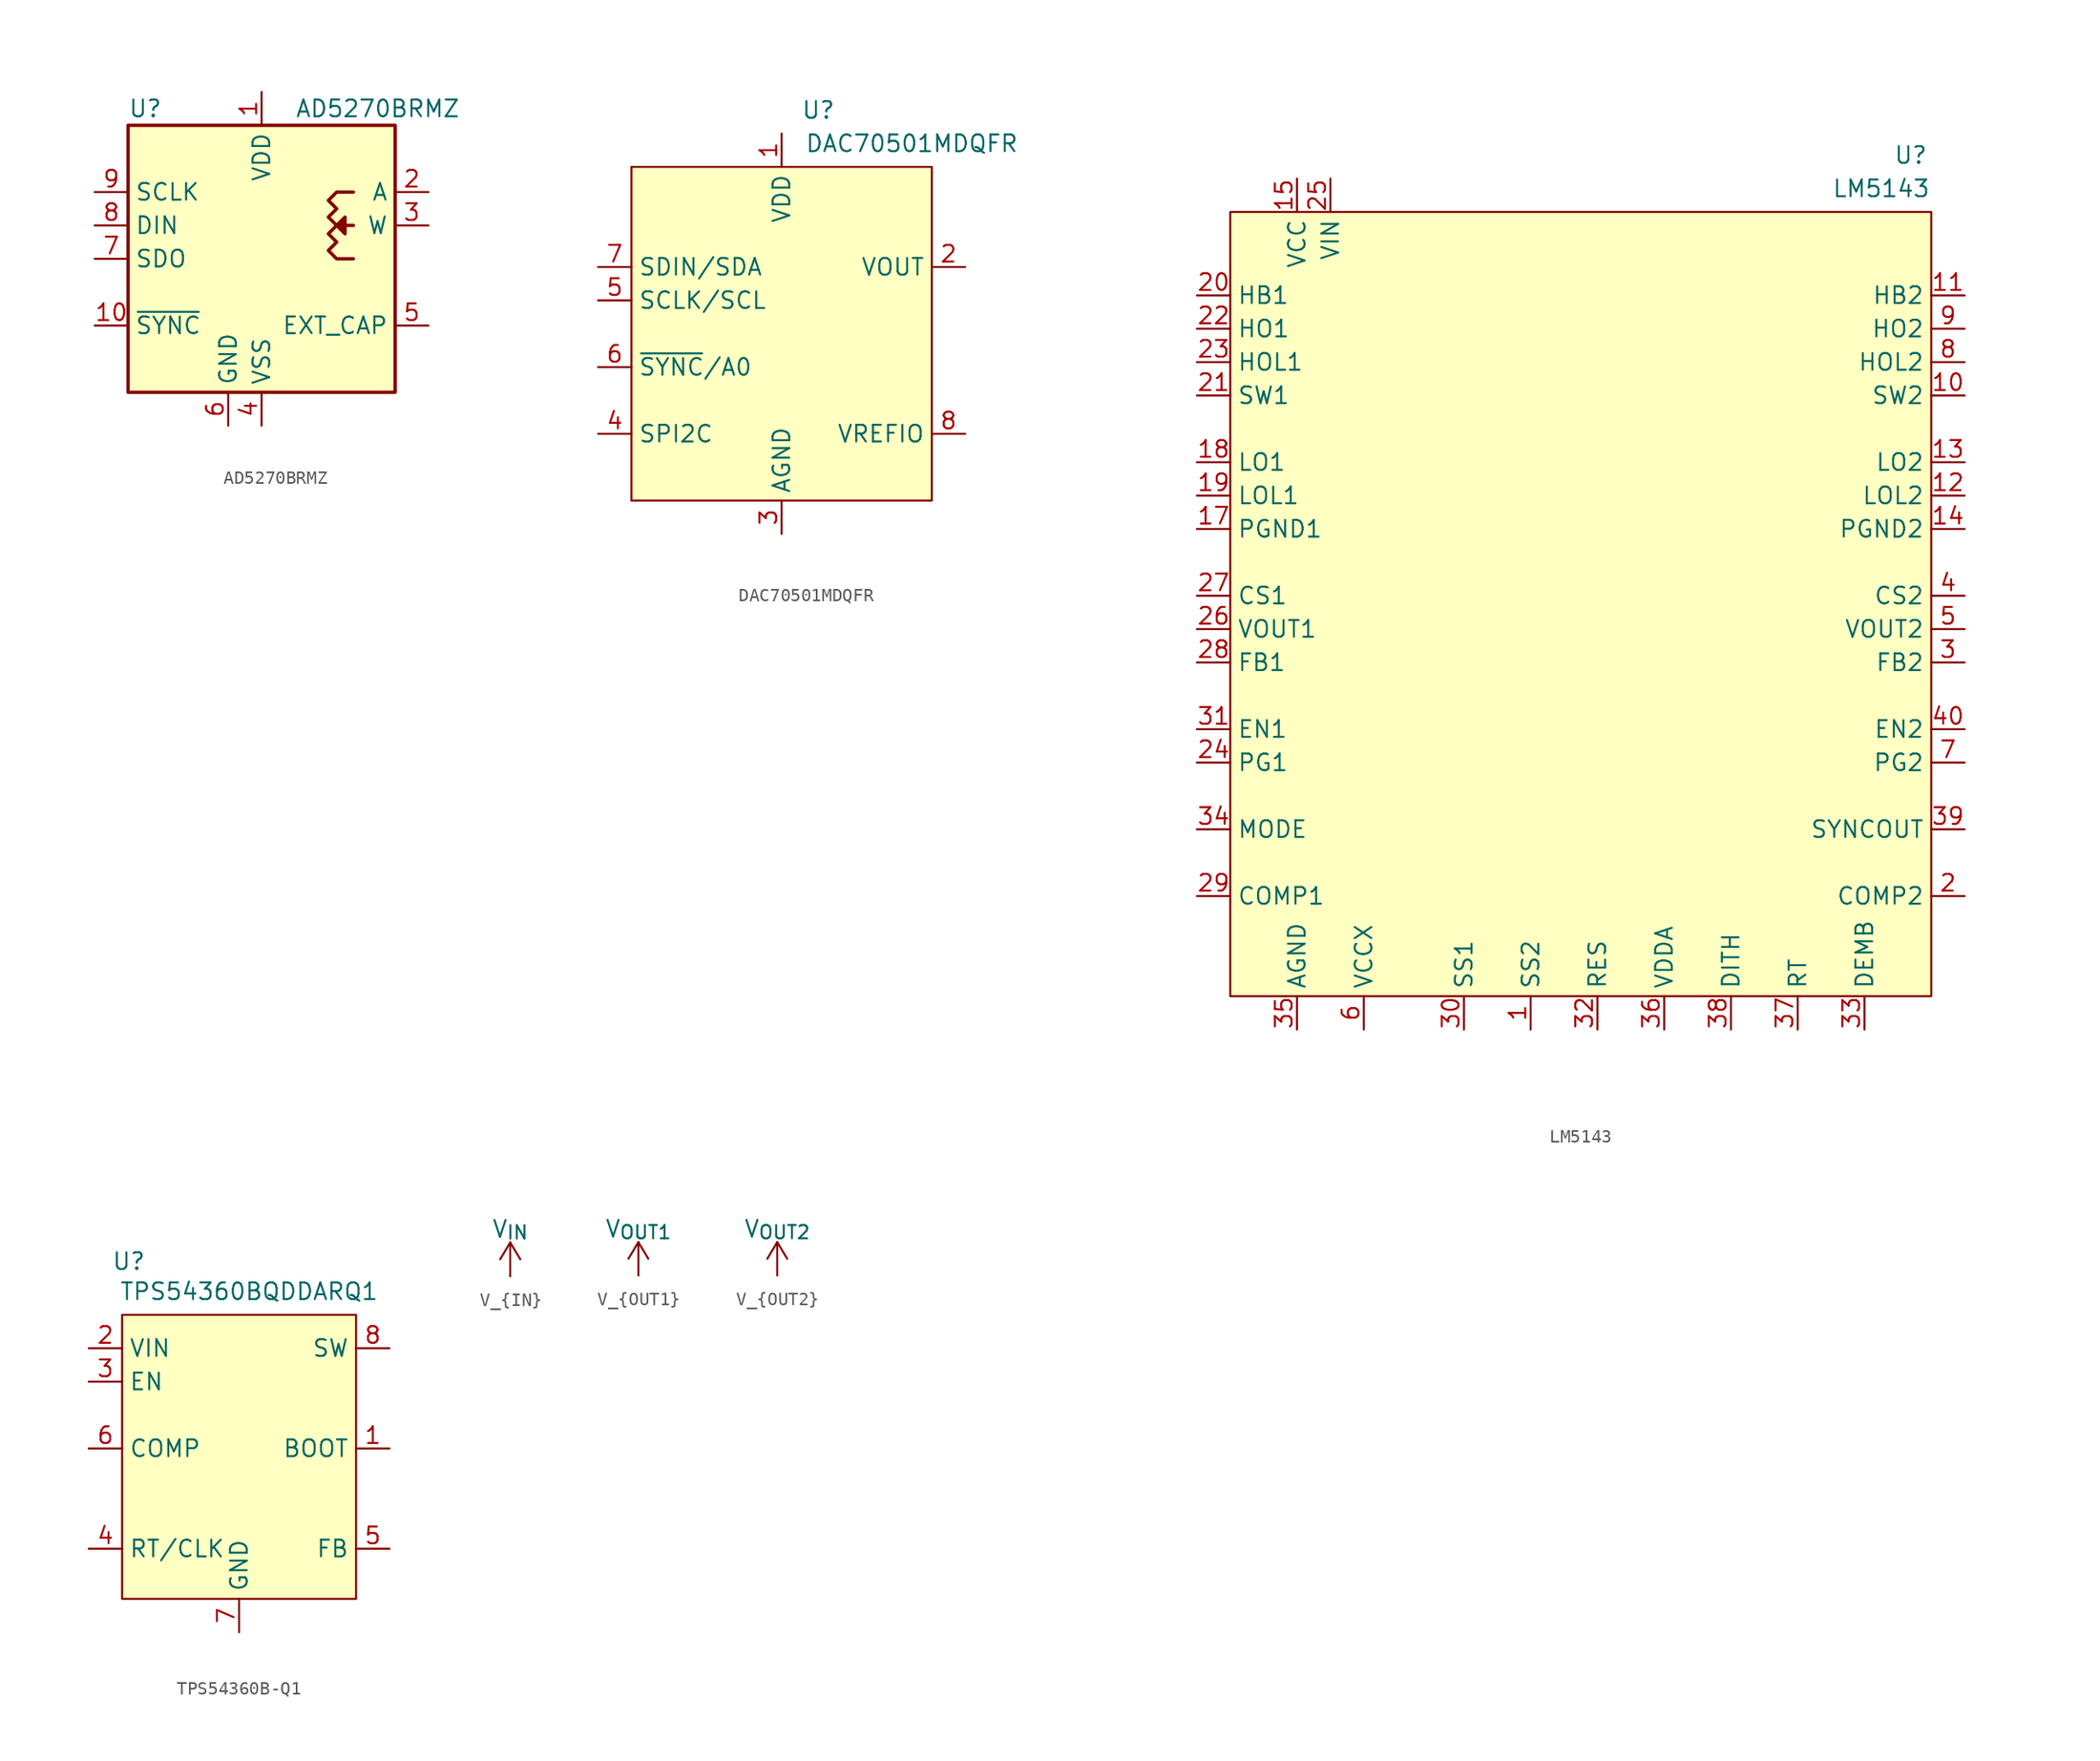
<source format=kicad_sym>
(kicad_symbol_lib
  (version 20241209)
  (generator "kicad_symbol_editor")
  (generator_version "9.0")
  (symbol "AD5270BRMZ"
    (property "Reference" "U"
      (at -10.16 11.43 0)
      (effects (font (size 1.27 1.27)) (justify left)))
    (property "Value" "AD5270BRMZ"
      (at 2.54 11.43 0)
      (effects (font (size 1.27 1.27)) (justify left)))
    (symbol "AD5270BRMZ_0_1"
      (rectangle (start -10.16 10.16) (end 10.16 -10.16) (stroke (width 0.254) (type default)) (fill (type background)))
      (polyline (pts (xy 6.985 5.08) (xy 5.715 5.08) (xy 5.08 4.445) (xy 5.715 3.81) (xy 5.08 3.175) (xy 5.715 2.54) (xy 5.08 1.905) (xy 5.715 1.27) (xy 5.08 0.635) (xy 5.715 0) (xy 6.985 0)) (stroke (width 0.254) (type default)) (fill (type none)))
      (polyline (pts (xy 6.985 2.54) (xy 6.35 2.54) (xy 5.715 2.54) (xy 6.35 3.175) (xy 6.35 1.905) (xy 5.715 2.54)) (stroke (width 0.254) (type default)) (fill (type outline))))
    (symbol "AD5270BRMZ_1_1"
      (pin input line (at -12.7 5.08 0) (length 2.54) (name "SCLK" (effects (font (size 1.27 1.27)))) (number "9" (effects (font (size 1.27 1.27)))))
      (pin input line (at -12.7 2.54 0) (length 2.54) (name "DIN" (effects (font (size 1.27 1.27)))) (number "8" (effects (font (size 1.27 1.27)))))
      (pin output line (at -12.7 0 0) (length 2.54) (name "SDO" (effects (font (size 1.27 1.27)))) (number "7" (effects (font (size 1.27 1.27)))))
      (pin passive line (at -12.7 -5.08 0) (length 2.54) (name "~{SYNC}" (effects (font (size 1.27 1.27)))) (number "10" (effects (font (size 1.27 1.27)))))
      (pin power_in line (at -2.54 -12.7 90) (length 2.54) (name "GND" (effects (font (size 1.27 1.27)))) (number "6" (effects (font (size 1.27 1.27)))))
      (pin power_in line (at 0 12.7 270) (length 2.54) (name "VDD" (effects (font (size 1.27 1.27)))) (number "1" (effects (font (size 1.27 1.27)))))
      (pin passive line (at 0 -12.7 90) (length 2.54) (hide yes) (name "VSS" (effects (font (size 1.27 1.27)))) (number "11" (effects (font (size 1.27 1.27)))))
      (pin power_in line (at 0 -12.7 90) (length 2.54) (name "VSS" (effects (font (size 1.27 1.27)))) (number "4" (effects (font (size 1.27 1.27)))))
      (pin passive line (at 12.7 5.08 180) (length 2.54) (name "A" (effects (font (size 1.27 1.27)))) (number "2" (effects (font (size 1.27 1.27)))))
      (pin passive line (at 12.7 2.54 180) (length 2.54) (name "W" (effects (font (size 1.27 1.27)))) (number "3" (effects (font (size 1.27 1.27)))))
      (pin passive line (at 12.7 -5.08 180) (length 2.54) (name "EXT_CAP" (effects (font (size 1.27 1.27)))) (number "5" (effects (font (size 1.27 1.27)))))))
  (symbol "DAC70501MDQFR"
    (property "Reference" "U"
      (at 2.794 17.018 0)
      (effects (font (size 1.27 1.27))))
    (property "Value" "DAC70501MDQFR"
      (at 9.906 14.478 0)
      (effects (font (size 1.27 1.27))))
    (symbol "DAC70501MDQFR_0_0"
      (pin bidirectional line (at -13.97 5.08 0) (length 2.54) (name "SDIN/SDA" (effects (font (size 1.27 1.27)))) (number "7" (effects (font (size 1.27 1.27)))))
      (pin input line (at -13.97 2.54 0) (length 2.54) (name "SCLK/SCL" (effects (font (size 1.27 1.27)))) (number "5" (effects (font (size 1.27 1.27)))))
      (pin input line (at -13.97 -2.54 0) (length 2.54) (name "~{SYNC}/A0" (effects (font (size 1.27 1.27)))) (number "6" (effects (font (size 1.27 1.27)))))
      (pin input line (at -13.97 -7.62 0) (length 2.54) (name "SPI2C" (effects (font (size 1.27 1.27)))) (number "4" (effects (font (size 1.27 1.27)))))
      (pin power_in line (at 0 15.24 270) (length 2.54) (name "VDD" (effects (font (size 1.27 1.27)))) (number "1" (effects (font (size 1.27 1.27)))))
      (pin passive line (at 0 -15.24 90) (length 2.54) (name "AGND" (effects (font (size 1.27 1.27)))) (number "3" (effects (font (size 1.27 1.27)))))
      (pin output line (at 13.97 5.08 180) (length 2.54) (name "VOUT" (effects (font (size 1.27 1.27)))) (number "2" (effects (font (size 1.27 1.27)))))
      (pin bidirectional line (at 13.97 -7.62 180) (length 2.54) (name "VREFIO" (effects (font (size 1.27 1.27)))) (number "8" (effects (font (size 1.27 1.27))))))
    (symbol "DAC70501MDQFR_0_1"
      (rectangle (start -11.43 12.7) (end 11.43 -12.7) (stroke (width 0) (type default)) (fill (type background)))))
  (symbol "LM5143"
    (property "Reference" "U"
      (at 40.386 25.908 0)
      (effects (font (size 1.27 1.27)) (justify right)))
    (property "Value" "LM5143"
      (at 36.83 23.368 0)
      (effects (font (size 1.27 1.27))))
    (symbol "LM5143_1_0"
      (pin power_out line (at -15.24 15.24 0) (length 2.54) (name "HB1" (effects (font (size 1.27 1.27)))) (number "20" (effects (font (size 1.27 1.27)))))
      (pin output line (at -15.24 12.7 0) (length 2.54) (name "HO1" (effects (font (size 1.27 1.27)))) (number "22" (effects (font (size 1.27 1.27)))))
      (pin output line (at -15.24 10.16 0) (length 2.54) (name "HOL1" (effects (font (size 1.27 1.27)))) (number "23" (effects (font (size 1.27 1.27)))))
      (pin power_out line (at -15.24 7.62 0) (length 2.54) (name "SW1" (effects (font (size 1.27 1.27)))) (number "21" (effects (font (size 1.27 1.27)))))
      (pin output line (at -15.24 2.54 0) (length 2.54) (name "LO1" (effects (font (size 1.27 1.27)))) (number "18" (effects (font (size 1.27 1.27)))))
      (pin output line (at -15.24 0 0) (length 2.54) (name "LOL1" (effects (font (size 1.27 1.27)))) (number "19" (effects (font (size 1.27 1.27)))))
      (pin passive line (at -15.24 -2.54 0) (length 2.54) (name "PGND1" (effects (font (size 1.27 1.27)))) (number "17" (effects (font (size 1.27 1.27)))))
      (pin input line (at -15.24 -7.62 0) (length 2.54) (name "CS1" (effects (font (size 1.27 1.27)))) (number "27" (effects (font (size 1.27 1.27)))))
      (pin input line (at -15.24 -10.16 0) (length 2.54) (name "VOUT1" (effects (font (size 1.27 1.27)))) (number "26" (effects (font (size 1.27 1.27)))))
      (pin input line (at -15.24 -12.7 0) (length 2.54) (name "FB1" (effects (font (size 1.27 1.27)))) (number "28" (effects (font (size 1.27 1.27)))))
      (pin input line (at -15.24 -17.78 0) (length 2.54) (name "EN1" (effects (font (size 1.27 1.27)))) (number "31" (effects (font (size 1.27 1.27)))))
      (pin output line (at -15.24 -20.32 0) (length 2.54) (name "PG1" (effects (font (size 1.27 1.27)))) (number "24" (effects (font (size 1.27 1.27)))))
      (pin input line (at -15.24 -25.4 0) (length 2.54) (name "MODE" (effects (font (size 1.27 1.27)))) (number "34" (effects (font (size 1.27 1.27)))))
      (pin output line (at -15.24 -30.48 0) (length 2.54) (name "COMP1" (effects (font (size 1.27 1.27)))) (number "29" (effects (font (size 1.27 1.27)))))
      (pin power_in line (at -7.62 24.13 270) (length 2.54) (name "VCC" (effects (font (size 1.27 1.27)))) (number "15" (effects (font (size 1.27 1.27)))))
      (pin power_in line (at -7.62 24.13 270) (length 2.54) (hide yes) (name "VCC" (effects (font (size 1.27 1.27)))) (number "16" (effects (font (size 1.27 1.27)))))
      (pin passive line (at -7.62 -40.64 90) (length 2.54) (name "AGND" (effects (font (size 1.27 1.27)))) (number "35" (effects (font (size 1.27 1.27)))))
      (pin power_in line (at -5.08 24.13 270) (length 2.54) (name "VIN" (effects (font (size 1.27 1.27)))) (number "25" (effects (font (size 1.27 1.27)))))
      (pin power_in line (at -2.54 -40.64 90) (length 2.54) (name "VCCX" (effects (font (size 1.27 1.27)))) (number "6" (effects (font (size 1.27 1.27)))))
      (pin input line (at 5.08 -40.64 90) (length 2.54) (name "SS1" (effects (font (size 1.27 1.27)))) (number "30" (effects (font (size 1.27 1.27)))))
      (pin input line (at 10.16 -40.64 90) (length 2.54) (name "SS2" (effects (font (size 1.27 1.27)))) (number "1" (effects (font (size 1.27 1.27)))))
      (pin output line (at 15.24 -40.64 90) (length 2.54) (name "RES" (effects (font (size 1.27 1.27)))) (number "32" (effects (font (size 1.27 1.27)))))
      (pin output line (at 20.32 -40.64 90) (length 2.54) (name "VDDA" (effects (font (size 1.27 1.27)))) (number "36" (effects (font (size 1.27 1.27)))))
      (pin input line (at 25.4 -40.64 90) (length 2.54) (name "DITH" (effects (font (size 1.27 1.27)))) (number "38" (effects (font (size 1.27 1.27)))))
      (pin input line (at 30.48 -40.64 90) (length 2.54) (name "RT" (effects (font (size 1.27 1.27)))) (number "37" (effects (font (size 1.27 1.27)))))
      (pin input line (at 35.56 -40.64 90) (length 2.54) (name "DEMB" (effects (font (size 1.27 1.27)))) (number "33" (effects (font (size 1.27 1.27)))))
      (pin power_out line (at 43.18 15.24 180) (length 2.54) (name "HB2" (effects (font (size 1.27 1.27)))) (number "11" (effects (font (size 1.27 1.27)))))
      (pin output line (at 43.18 12.7 180) (length 2.54) (name "HO2" (effects (font (size 1.27 1.27)))) (number "9" (effects (font (size 1.27 1.27)))))
      (pin output line (at 43.18 10.16 180) (length 2.54) (name "HOL2" (effects (font (size 1.27 1.27)))) (number "8" (effects (font (size 1.27 1.27)))))
      (pin power_out line (at 43.18 7.62 180) (length 2.54) (name "SW2" (effects (font (size 1.27 1.27)))) (number "10" (effects (font (size 1.27 1.27)))))
      (pin output line (at 43.18 2.54 180) (length 2.54) (name "LO2" (effects (font (size 1.27 1.27)))) (number "13" (effects (font (size 1.27 1.27)))))
      (pin output line (at 43.18 0 180) (length 2.54) (name "LOL2" (effects (font (size 1.27 1.27)))) (number "12" (effects (font (size 1.27 1.27)))))
      (pin passive line (at 43.18 -2.54 180) (length 2.54) (name "PGND2" (effects (font (size 1.27 1.27)))) (number "14" (effects (font (size 1.27 1.27)))))
      (pin input line (at 43.18 -7.62 180) (length 2.54) (name "CS2" (effects (font (size 1.27 1.27)))) (number "4" (effects (font (size 1.27 1.27)))))
      (pin input line (at 43.18 -10.16 180) (length 2.54) (name "VOUT2" (effects (font (size 1.27 1.27)))) (number "5" (effects (font (size 1.27 1.27)))))
      (pin input line (at 43.18 -12.7 180) (length 2.54) (name "FB2" (effects (font (size 1.27 1.27)))) (number "3" (effects (font (size 1.27 1.27)))))
      (pin input line (at 43.18 -17.78 180) (length 2.54) (name "EN2" (effects (font (size 1.27 1.27)))) (number "40" (effects (font (size 1.27 1.27)))))
      (pin output line (at 43.18 -20.32 180) (length 2.54) (name "PG2" (effects (font (size 1.27 1.27)))) (number "7" (effects (font (size 1.27 1.27)))))
      (pin output line (at 43.18 -25.4 180) (length 2.54) (name "SYNCOUT" (effects (font (size 1.27 1.27)))) (number "39" (effects (font (size 1.27 1.27)))))
      (pin output line (at 43.18 -30.48 180) (length 2.54) (name "COMP2" (effects (font (size 1.27 1.27)))) (number "2" (effects (font (size 1.27 1.27))))))
    (symbol "LM5143_1_1"
      (rectangle (start -12.7 21.59) (end 40.64 -38.1) (stroke (width 0) (type default)) (fill (type background)))))
  (symbol "TPS54360B-Q1"
    (property "Reference" "U"
      (at -8.382 14.224 0)
      (effects (font (size 1.27 1.27))))
    (property "Value" "TPS54360BQDDARQ1"
      (at 0.762 11.938 0)
      (effects (font (size 1.27 1.27))))
    (symbol "TPS54360B-Q1_0_0"
      (pin power_in line (at -11.43 7.62 0) (length 2.54) (name "VIN" (effects (font (size 1.27 1.27)))) (number "2" (effects (font (size 1.27 1.27)))))
      (pin input line (at -11.43 5.08 0) (length 2.54) (name "EN" (effects (font (size 1.27 1.27)))) (number "3" (effects (font (size 1.27 1.27)))))
      (pin output line (at -11.43 0 0) (length 2.54) (name "COMP" (effects (font (size 1.27 1.27)))) (number "6" (effects (font (size 1.27 1.27)))))
      (pin input line (at -11.43 -7.62 0) (length 2.54) (name "RT/CLK" (effects (font (size 1.27 1.27)))) (number "4" (effects (font (size 1.27 1.27)))))
      (pin passive line (at 0 -13.97 90) (length 2.54) (name "GND" (effects (font (size 1.27 1.27)))) (number "7" (effects (font (size 1.27 1.27)))))
      (pin passive line (at 0 -13.97 90) (length 2.54) (hide yes) (name "Thermal_Pad" (effects (font (size 1.27 1.27)))) (number "9" (effects (font (size 1.27 1.27)))))
      (pin power_out line (at 11.43 7.62 180) (length 2.54) (name "SW" (effects (font (size 1.27 1.27)))) (number "8" (effects (font (size 1.27 1.27)))))
      (pin output line (at 11.43 0 180) (length 2.54) (name "BOOT" (effects (font (size 1.27 1.27)))) (number "1" (effects (font (size 1.27 1.27)))))
      (pin input line (at 11.43 -7.62 180) (length 2.54) (name "FB" (effects (font (size 1.27 1.27)))) (number "5" (effects (font (size 1.27 1.27))))))
    (symbol "TPS54360B-Q1_0_1"
      (rectangle (start -8.89 10.16) (end 8.89 -11.43) (stroke (width 0) (type default)) (fill (type background)))))
  (symbol "V_{IN}"
    (power)
    (pin_numbers
      (hide yes))
    (pin_names
      (offset 0)
      (hide yes))
    (property "Reference" "#PWR"
      (at 0 -3.81 0)
      (effects (font (size 1.27 1.27)) (hide yes)))
    (property "Value" "V_{IN}"
      (at 0 3.556 0)
      (effects (font (size 1.27 1.27))))
    (symbol "V_{IN}_0_1"
      (polyline (pts (xy -0.762 1.27) (xy 0 2.54)) (stroke (width 0) (type default)) (fill (type none)))
      (polyline (pts (xy 0 2.54) (xy 0.762 1.27)) (stroke (width 0) (type default)) (fill (type none)))
      (polyline (pts (xy 0 0) (xy 0 2.54)) (stroke (width 0) (type default)) (fill (type none))))
    (symbol "V_{IN}_1_1"
      (pin power_in line (at 0 0 90) (length 0) (name "~" (effects (font (size 1.27 1.27)))) (number "1" (effects (font (size 1.27 1.27)))))))
  (symbol "V_{OUT1}"
    (power)
    (pin_numbers
      (hide yes))
    (pin_names
      (offset 0)
      (hide yes))
    (property "Reference" "#PWR"
      (at 0 -3.81 0)
      (effects (font (size 1.27 1.27)) (hide yes)))
    (property "Value" "V_{OUT1}"
      (at 0 3.556 0)
      (effects (font (size 1.27 1.27))))
    (symbol "V_{OUT1}_0_1"
      (polyline (pts (xy -0.762 1.27) (xy 0 2.54)) (stroke (width 0) (type default)) (fill (type none)))
      (polyline (pts (xy 0 2.54) (xy 0.762 1.27)) (stroke (width 0) (type default)) (fill (type none)))
      (polyline (pts (xy 0 0) (xy 0 2.54)) (stroke (width 0) (type default)) (fill (type none))))
    (symbol "V_{OUT1}_1_1"
      (pin power_in line (at 0 0 90) (length 0) (name "~" (effects (font (size 1.27 1.27)))) (number "1" (effects (font (size 1.27 1.27)))))))
  (symbol "V_{OUT2}"
    (power)
    (pin_numbers
      (hide yes))
    (pin_names
      (offset 0)
      (hide yes))
    (property "Reference" "#PWR"
      (at 0 -3.81 0)
      (effects (font (size 1.27 1.27)) (hide yes)))
    (property "Value" "V_{OUT2}"
      (at 0 3.556 0)
      (effects (font (size 1.27 1.27))))
    (symbol "V_{OUT2}_0_1"
      (polyline (pts (xy -0.762 1.27) (xy 0 2.54)) (stroke (width 0) (type default)) (fill (type none)))
      (polyline (pts (xy 0 2.54) (xy 0.762 1.27)) (stroke (width 0) (type default)) (fill (type none)))
      (polyline (pts (xy 0 0) (xy 0 2.54)) (stroke (width 0) (type default)) (fill (type none))))
    (symbol "V_{OUT2}_1_1"
      (pin power_in line (at 0 0 90) (length 0) (name "~" (effects (font (size 1.27 1.27)))) (number "1" (effects (font (size 1.27 1.27))))))))
</source>
